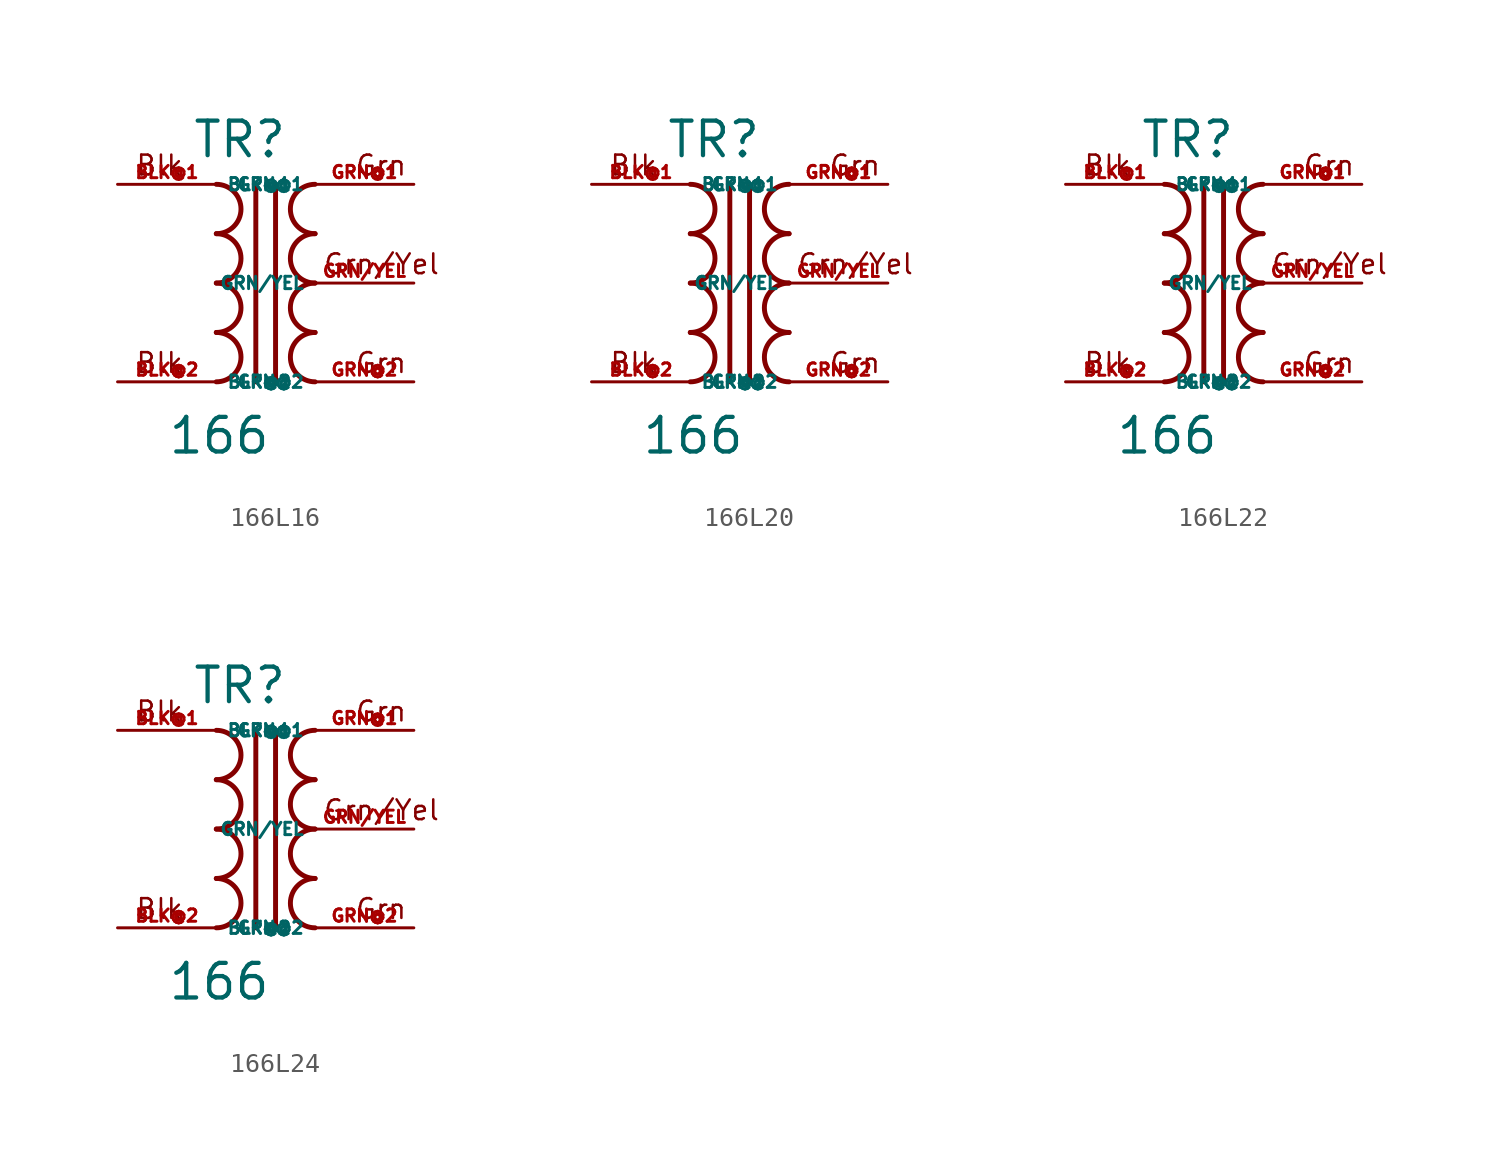
<source format=kicad_sym>
(kicad_symbol_lib
  (version 20220914)
  (generator Eagle2Kicad)
  (symbol "166L16"
    (property "Reference" "TR"
      (at -3.81 6.35 0)
      (effects (font (size 1.778 1.778) (thickness 0.22)) (justify left bottom)))
    (property "Value" "166"
      (at -5.08 -8.89 0)
      (effects (font (size 1.778 1.778) (thickness 0.22)) (justify left bottom)))
    (polyline
      (pts (xy -0.508 5.08) (xy -0.508 -5.08))
      (stroke (width 0.254) (type default))
      (fill (type none)))
    (arc
      (start -2.54 0)
      (mid -1.270 1.270)
      (end -2.54 2.54)
      (stroke (width 0.254) (type default))
      (fill (type none)))
    (arc
      (start -2.54 -2.54)
      (mid -1.270 -1.270)
      (end -2.54 0)
      (stroke (width 0.254) (type default))
      (fill (type none)))
    (arc
      (start -2.54 -5.08)
      (mid -1.270 -3.810)
      (end -2.54 -2.54)
      (stroke (width 0.254) (type default))
      (fill (type none)))
    (arc
      (start -2.54 2.54)
      (mid -1.270 3.810)
      (end -2.54 5.08)
      (stroke (width 0.254) (type default))
      (fill (type none)))
    (arc
      (start 2.54 2.54)
      (mid 1.270 1.270)
      (end 2.54 0)
      (stroke (width 0.254) (type default))
      (fill (type none)))
    (arc
      (start 2.54 5.08)
      (mid 1.270 3.810)
      (end 2.54 2.54)
      (stroke (width 0.254) (type default))
      (fill (type none)))
    (arc
      (start 2.54 0)
      (mid 1.270 -1.270)
      (end 2.54 -2.54)
      (stroke (width 0.254) (type default))
      (fill (type none)))
    (arc
      (start 2.54 -2.54)
      (mid 1.270 -3.810)
      (end 2.54 -5.08)
      (stroke (width 0.254) (type default))
      (fill (type none)))
    (polyline
      (pts (xy 0.508 5.08) (xy 0.508 -5.08))
      (stroke (width 0.254) (type default))
      (fill (type none)))
    (text "Blk"
      (at -6.731 5.461 0)
      (effects (font (size 1.016 1.016) (thickness 0.13)) (justify left bottom)))
    (text "Blk"
      (at -6.731 -4.699 0)
      (effects (font (size 1.016 1.016) (thickness 0.13)) (justify left bottom)))
    (text "Grn"
      (at 4.572 5.461 0)
      (effects (font (size 1.016 1.016) (thickness 0.13)) (justify left bottom)))
    (text "Grn"
      (at 4.572 -4.699 0)
      (effects (font (size 1.016 1.016) (thickness 0.13)) (justify left bottom)))
    (text "Grn/Yel"
      (at 2.921 0.381 0)
      (effects (font (size 1.016 1.016) (thickness 0.13)) (justify left bottom)))
    (pin passive line
      (at -7.62 5.08 0)
      (length 5.08)
      (name "BLK@1" (effects (font (size 0.635 0.635) (thickness 0.08)) (justify left bottom)))
      (number "BLK@1" (effects (font (size 0.635 0.635) (thickness 0.08)) (justify left bottom))))
    (pin passive line
      (at -7.62 -5.08 0)
      (length 5.08)
      (name "BLK@2" (effects (font (size 0.635 0.635) (thickness 0.08)) (justify left bottom)))
      (number "BLK@2" (effects (font (size 0.635 0.635) (thickness 0.08)) (justify left bottom))))
    (pin passive line
      (at 7.62 5.08 180)
      (length 5.08)
      (name "GRN@1" (effects (font (size 0.635 0.635) (thickness 0.08)) (justify left bottom)))
      (number "GRN@1" (effects (font (size 0.635 0.635) (thickness 0.08)) (justify left bottom))))
    (pin passive line
      (at 7.62 0 180)
      (length 5.08)
      (name "GRN/YEL" (effects (font (size 0.635 0.635) (thickness 0.08)) (justify left bottom)))
      (number "GRN/YEL" (effects (font (size 0.635 0.635) (thickness 0.08)) (justify left bottom))))
    (pin passive line
      (at 7.62 -5.08 180)
      (length 5.08)
      (name "GRN@2" (effects (font (size 0.635 0.635) (thickness 0.08)) (justify left bottom)))
      (number "GRN@2" (effects (font (size 0.635 0.635) (thickness 0.08)) (justify left bottom)))))
  (symbol "166L20"
    (property "Reference" "TR"
      (at -3.81 6.35 0)
      (effects (font (size 1.778 1.778) (thickness 0.22)) (justify left bottom)))
    (property "Value" "166"
      (at -5.08 -8.89 0)
      (effects (font (size 1.778 1.778) (thickness 0.22)) (justify left bottom)))
    (polyline
      (pts (xy -0.508 5.08) (xy -0.508 -5.08))
      (stroke (width 0.254) (type default))
      (fill (type none)))
    (arc
      (start -2.54 0)
      (mid -1.270 1.270)
      (end -2.54 2.54)
      (stroke (width 0.254) (type default))
      (fill (type none)))
    (arc
      (start -2.54 -2.54)
      (mid -1.270 -1.270)
      (end -2.54 0)
      (stroke (width 0.254) (type default))
      (fill (type none)))
    (arc
      (start -2.54 -5.08)
      (mid -1.270 -3.810)
      (end -2.54 -2.54)
      (stroke (width 0.254) (type default))
      (fill (type none)))
    (arc
      (start -2.54 2.54)
      (mid -1.270 3.810)
      (end -2.54 5.08)
      (stroke (width 0.254) (type default))
      (fill (type none)))
    (arc
      (start 2.54 2.54)
      (mid 1.270 1.270)
      (end 2.54 0)
      (stroke (width 0.254) (type default))
      (fill (type none)))
    (arc
      (start 2.54 5.08)
      (mid 1.270 3.810)
      (end 2.54 2.54)
      (stroke (width 0.254) (type default))
      (fill (type none)))
    (arc
      (start 2.54 0)
      (mid 1.270 -1.270)
      (end 2.54 -2.54)
      (stroke (width 0.254) (type default))
      (fill (type none)))
    (arc
      (start 2.54 -2.54)
      (mid 1.270 -3.810)
      (end 2.54 -5.08)
      (stroke (width 0.254) (type default))
      (fill (type none)))
    (polyline
      (pts (xy 0.508 5.08) (xy 0.508 -5.08))
      (stroke (width 0.254) (type default))
      (fill (type none)))
    (text "Blk"
      (at -6.731 5.461 0)
      (effects (font (size 1.016 1.016) (thickness 0.13)) (justify left bottom)))
    (text "Blk"
      (at -6.731 -4.699 0)
      (effects (font (size 1.016 1.016) (thickness 0.13)) (justify left bottom)))
    (text "Grn"
      (at 4.572 5.461 0)
      (effects (font (size 1.016 1.016) (thickness 0.13)) (justify left bottom)))
    (text "Grn"
      (at 4.572 -4.699 0)
      (effects (font (size 1.016 1.016) (thickness 0.13)) (justify left bottom)))
    (text "Grn/Yel"
      (at 2.921 0.381 0)
      (effects (font (size 1.016 1.016) (thickness 0.13)) (justify left bottom)))
    (pin passive line
      (at -7.62 5.08 0)
      (length 5.08)
      (name "BLK@1" (effects (font (size 0.635 0.635) (thickness 0.08)) (justify left bottom)))
      (number "BLK@1" (effects (font (size 0.635 0.635) (thickness 0.08)) (justify left bottom))))
    (pin passive line
      (at -7.62 -5.08 0)
      (length 5.08)
      (name "BLK@2" (effects (font (size 0.635 0.635) (thickness 0.08)) (justify left bottom)))
      (number "BLK@2" (effects (font (size 0.635 0.635) (thickness 0.08)) (justify left bottom))))
    (pin passive line
      (at 7.62 5.08 180)
      (length 5.08)
      (name "GRN@1" (effects (font (size 0.635 0.635) (thickness 0.08)) (justify left bottom)))
      (number "GRN@1" (effects (font (size 0.635 0.635) (thickness 0.08)) (justify left bottom))))
    (pin passive line
      (at 7.62 0 180)
      (length 5.08)
      (name "GRN/YEL" (effects (font (size 0.635 0.635) (thickness 0.08)) (justify left bottom)))
      (number "GRN/YEL" (effects (font (size 0.635 0.635) (thickness 0.08)) (justify left bottom))))
    (pin passive line
      (at 7.62 -5.08 180)
      (length 5.08)
      (name "GRN@2" (effects (font (size 0.635 0.635) (thickness 0.08)) (justify left bottom)))
      (number "GRN@2" (effects (font (size 0.635 0.635) (thickness 0.08)) (justify left bottom)))))
  (symbol "166L22"
    (property "Reference" "TR"
      (at -3.81 6.35 0)
      (effects (font (size 1.778 1.778) (thickness 0.22)) (justify left bottom)))
    (property "Value" "166"
      (at -5.08 -8.89 0)
      (effects (font (size 1.778 1.778) (thickness 0.22)) (justify left bottom)))
    (polyline
      (pts (xy -0.508 5.08) (xy -0.508 -5.08))
      (stroke (width 0.254) (type default))
      (fill (type none)))
    (arc
      (start -2.54 0)
      (mid -1.270 1.270)
      (end -2.54 2.54)
      (stroke (width 0.254) (type default))
      (fill (type none)))
    (arc
      (start -2.54 -2.54)
      (mid -1.270 -1.270)
      (end -2.54 0)
      (stroke (width 0.254) (type default))
      (fill (type none)))
    (arc
      (start -2.54 -5.08)
      (mid -1.270 -3.810)
      (end -2.54 -2.54)
      (stroke (width 0.254) (type default))
      (fill (type none)))
    (arc
      (start -2.54 2.54)
      (mid -1.270 3.810)
      (end -2.54 5.08)
      (stroke (width 0.254) (type default))
      (fill (type none)))
    (arc
      (start 2.54 2.54)
      (mid 1.270 1.270)
      (end 2.54 0)
      (stroke (width 0.254) (type default))
      (fill (type none)))
    (arc
      (start 2.54 5.08)
      (mid 1.270 3.810)
      (end 2.54 2.54)
      (stroke (width 0.254) (type default))
      (fill (type none)))
    (arc
      (start 2.54 0)
      (mid 1.270 -1.270)
      (end 2.54 -2.54)
      (stroke (width 0.254) (type default))
      (fill (type none)))
    (arc
      (start 2.54 -2.54)
      (mid 1.270 -3.810)
      (end 2.54 -5.08)
      (stroke (width 0.254) (type default))
      (fill (type none)))
    (polyline
      (pts (xy 0.508 5.08) (xy 0.508 -5.08))
      (stroke (width 0.254) (type default))
      (fill (type none)))
    (text "Blk"
      (at -6.731 5.461 0)
      (effects (font (size 1.016 1.016) (thickness 0.13)) (justify left bottom)))
    (text "Blk"
      (at -6.731 -4.699 0)
      (effects (font (size 1.016 1.016) (thickness 0.13)) (justify left bottom)))
    (text "Grn"
      (at 4.572 5.461 0)
      (effects (font (size 1.016 1.016) (thickness 0.13)) (justify left bottom)))
    (text "Grn"
      (at 4.572 -4.699 0)
      (effects (font (size 1.016 1.016) (thickness 0.13)) (justify left bottom)))
    (text "Grn/Yel"
      (at 2.921 0.381 0)
      (effects (font (size 1.016 1.016) (thickness 0.13)) (justify left bottom)))
    (pin passive line
      (at -7.62 5.08 0)
      (length 5.08)
      (name "BLK@1" (effects (font (size 0.635 0.635) (thickness 0.08)) (justify left bottom)))
      (number "BLK@1" (effects (font (size 0.635 0.635) (thickness 0.08)) (justify left bottom))))
    (pin passive line
      (at -7.62 -5.08 0)
      (length 5.08)
      (name "BLK@2" (effects (font (size 0.635 0.635) (thickness 0.08)) (justify left bottom)))
      (number "BLK@2" (effects (font (size 0.635 0.635) (thickness 0.08)) (justify left bottom))))
    (pin passive line
      (at 7.62 5.08 180)
      (length 5.08)
      (name "GRN@1" (effects (font (size 0.635 0.635) (thickness 0.08)) (justify left bottom)))
      (number "GRN@1" (effects (font (size 0.635 0.635) (thickness 0.08)) (justify left bottom))))
    (pin passive line
      (at 7.62 0 180)
      (length 5.08)
      (name "GRN/YEL" (effects (font (size 0.635 0.635) (thickness 0.08)) (justify left bottom)))
      (number "GRN/YEL" (effects (font (size 0.635 0.635) (thickness 0.08)) (justify left bottom))))
    (pin passive line
      (at 7.62 -5.08 180)
      (length 5.08)
      (name "GRN@2" (effects (font (size 0.635 0.635) (thickness 0.08)) (justify left bottom)))
      (number "GRN@2" (effects (font (size 0.635 0.635) (thickness 0.08)) (justify left bottom)))))
  (symbol "166L24"
    (property "Reference" "TR"
      (at -3.81 6.35 0)
      (effects (font (size 1.778 1.778) (thickness 0.22)) (justify left bottom)))
    (property "Value" "166"
      (at -5.08 -8.89 0)
      (effects (font (size 1.778 1.778) (thickness 0.22)) (justify left bottom)))
    (polyline
      (pts (xy -0.508 5.08) (xy -0.508 -5.08))
      (stroke (width 0.254) (type default))
      (fill (type none)))
    (arc
      (start -2.54 0)
      (mid -1.270 1.270)
      (end -2.54 2.54)
      (stroke (width 0.254) (type default))
      (fill (type none)))
    (arc
      (start -2.54 -2.54)
      (mid -1.270 -1.270)
      (end -2.54 0)
      (stroke (width 0.254) (type default))
      (fill (type none)))
    (arc
      (start -2.54 -5.08)
      (mid -1.270 -3.810)
      (end -2.54 -2.54)
      (stroke (width 0.254) (type default))
      (fill (type none)))
    (arc
      (start -2.54 2.54)
      (mid -1.270 3.810)
      (end -2.54 5.08)
      (stroke (width 0.254) (type default))
      (fill (type none)))
    (arc
      (start 2.54 2.54)
      (mid 1.270 1.270)
      (end 2.54 0)
      (stroke (width 0.254) (type default))
      (fill (type none)))
    (arc
      (start 2.54 5.08)
      (mid 1.270 3.810)
      (end 2.54 2.54)
      (stroke (width 0.254) (type default))
      (fill (type none)))
    (arc
      (start 2.54 0)
      (mid 1.270 -1.270)
      (end 2.54 -2.54)
      (stroke (width 0.254) (type default))
      (fill (type none)))
    (arc
      (start 2.54 -2.54)
      (mid 1.270 -3.810)
      (end 2.54 -5.08)
      (stroke (width 0.254) (type default))
      (fill (type none)))
    (polyline
      (pts (xy 0.508 5.08) (xy 0.508 -5.08))
      (stroke (width 0.254) (type default))
      (fill (type none)))
    (text "Blk"
      (at -6.731 5.461 0)
      (effects (font (size 1.016 1.016) (thickness 0.13)) (justify left bottom)))
    (text "Blk"
      (at -6.731 -4.699 0)
      (effects (font (size 1.016 1.016) (thickness 0.13)) (justify left bottom)))
    (text "Grn"
      (at 4.572 5.461 0)
      (effects (font (size 1.016 1.016) (thickness 0.13)) (justify left bottom)))
    (text "Grn"
      (at 4.572 -4.699 0)
      (effects (font (size 1.016 1.016) (thickness 0.13)) (justify left bottom)))
    (text "Grn/Yel"
      (at 2.921 0.381 0)
      (effects (font (size 1.016 1.016) (thickness 0.13)) (justify left bottom)))
    (pin passive line
      (at -7.62 5.08 0)
      (length 5.08)
      (name "BLK@1" (effects (font (size 0.635 0.635) (thickness 0.08)) (justify left bottom)))
      (number "BLK@1" (effects (font (size 0.635 0.635) (thickness 0.08)) (justify left bottom))))
    (pin passive line
      (at -7.62 -5.08 0)
      (length 5.08)
      (name "BLK@2" (effects (font (size 0.635 0.635) (thickness 0.08)) (justify left bottom)))
      (number "BLK@2" (effects (font (size 0.635 0.635) (thickness 0.08)) (justify left bottom))))
    (pin passive line
      (at 7.62 5.08 180)
      (length 5.08)
      (name "GRN@1" (effects (font (size 0.635 0.635) (thickness 0.08)) (justify left bottom)))
      (number "GRN@1" (effects (font (size 0.635 0.635) (thickness 0.08)) (justify left bottom))))
    (pin passive line
      (at 7.62 0 180)
      (length 5.08)
      (name "GRN/YEL" (effects (font (size 0.635 0.635) (thickness 0.08)) (justify left bottom)))
      (number "GRN/YEL" (effects (font (size 0.635 0.635) (thickness 0.08)) (justify left bottom))))
    (pin passive line
      (at 7.62 -5.08 180)
      (length 5.08)
      (name "GRN@2" (effects (font (size 0.635 0.635) (thickness 0.08)) (justify left bottom)))
      (number "GRN@2" (effects (font (size 0.635 0.635) (thickness 0.08)) (justify left bottom))))))
</source>
